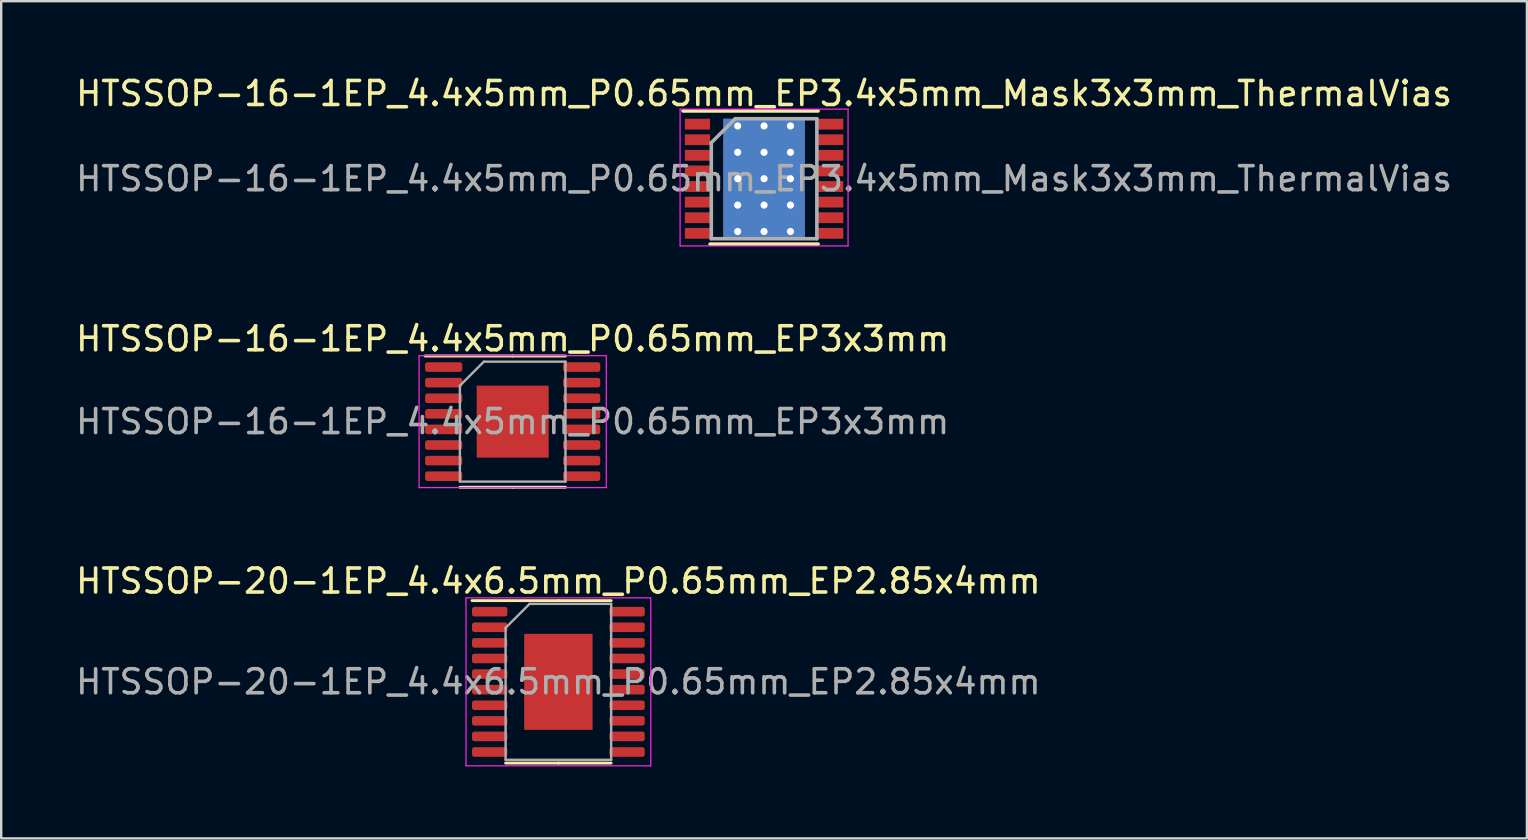
<source format=kicad_pcb>
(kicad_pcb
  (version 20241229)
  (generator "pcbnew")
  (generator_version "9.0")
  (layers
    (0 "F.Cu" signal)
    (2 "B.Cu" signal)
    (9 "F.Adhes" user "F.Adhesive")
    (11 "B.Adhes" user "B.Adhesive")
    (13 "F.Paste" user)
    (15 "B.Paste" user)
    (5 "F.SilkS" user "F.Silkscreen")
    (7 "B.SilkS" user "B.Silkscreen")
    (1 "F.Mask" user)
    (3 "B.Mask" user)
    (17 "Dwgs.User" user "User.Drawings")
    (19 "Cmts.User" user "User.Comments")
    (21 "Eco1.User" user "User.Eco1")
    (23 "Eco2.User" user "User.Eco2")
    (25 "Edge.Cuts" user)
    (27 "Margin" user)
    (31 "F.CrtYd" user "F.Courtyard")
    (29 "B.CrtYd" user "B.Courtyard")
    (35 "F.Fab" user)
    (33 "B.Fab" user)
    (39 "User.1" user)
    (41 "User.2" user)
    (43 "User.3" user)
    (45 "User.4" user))
  (footprint "HTSSOP-16-1EP_4.4x5mm_P0.65mm_EP3x3mm"
    (layer "F.Cu")
    (at 18.315 14.521)
    (property "Reference" "HTSSOP-16-1EP_4.4x5mm_P0.65mm_EP3x3mm" (at 0 -3.45 0) (layer "F.SilkS") (effects (font (size 1 1) (thickness 0.15))))
    (attr smd)
    (fp_line (start 0 -2.735) (end -3.65 -2.735) (stroke (width 0.12) (type solid)) (layer "F.SilkS"))
    (fp_line (start 0 -2.735) (end 2.2 -2.735) (stroke (width 0.12) (type solid)) (layer "F.SilkS"))
    (fp_line (start 0 2.735) (end -2.2 2.735) (stroke (width 0.12) (type solid)) (layer "F.SilkS"))
    (fp_line (start 0 2.735) (end 2.2 2.735) (stroke (width 0.12) (type solid)) (layer "F.SilkS"))
    (fp_line (start -3.9 -2.75) (end -3.9 2.75) (stroke (width 0.05) (type solid)) (layer "F.CrtYd"))
    (fp_line (start -3.9 2.75) (end 3.9 2.75) (stroke (width 0.05) (type solid)) (layer "F.CrtYd"))
    (fp_line (start 3.9 -2.75) (end -3.9 -2.75) (stroke (width 0.05) (type solid)) (layer "F.CrtYd"))
    (fp_line (start 3.9 2.75) (end 3.9 -2.75) (stroke (width 0.05) (type solid)) (layer "F.CrtYd"))
    (fp_line (start -2.2 -1.5) (end -1.2 -2.5) (stroke (width 0.1) (type solid)) (layer "F.Fab"))
    (fp_line (start -2.2 2.5) (end -2.2 -1.5) (stroke (width 0.1) (type solid)) (layer "F.Fab"))
    (fp_line (start -1.2 -2.5) (end 2.2 -2.5) (stroke (width 0.1) (type solid)) (layer "F.Fab"))
    (fp_line (start 2.2 -2.5) (end 2.2 2.5) (stroke (width 0.1) (type solid)) (layer "F.Fab"))
    (fp_line (start 2.2 2.5) (end -2.2 2.5) (stroke (width 0.1) (type solid)) (layer "F.Fab"))
    (fp_text user "${REFERENCE}" (at 0 0 0) (layer "F.Fab") (effects (font (size 1 1) (thickness 0.15))))
    (pad "" smd roundrect (at -0.75 -0.75) (size 1.21 1.21) (layers "F.Paste") (roundrect_rratio 0.207))
    (pad "" smd roundrect (at -0.75 0.75) (size 1.21 1.21) (layers "F.Paste") (roundrect_rratio 0.207))
    (pad "" smd roundrect (at 0.75 -0.75) (size 1.21 1.21) (layers "F.Paste") (roundrect_rratio 0.207))
    (pad "" smd roundrect (at 0.75 0.75) (size 1.21 1.21) (layers "F.Paste") (roundrect_rratio 0.207))
    (pad "1" smd roundrect (at -2.875 -2.275) (size 1.55 0.4) (layers "F.Cu" "F.Mask" "F.Paste") (roundrect_rratio 0.25))
    (pad "2" smd roundrect (at -2.875 -1.625) (size 1.55 0.4) (layers "F.Cu" "F.Mask" "F.Paste") (roundrect_rratio 0.25))
    (pad "3" smd roundrect (at -2.875 -0.975) (size 1.55 0.4) (layers "F.Cu" "F.Mask" "F.Paste") (roundrect_rratio 0.25))
    (pad "4" smd roundrect (at -2.875 -0.325) (size 1.55 0.4) (layers "F.Cu" "F.Mask" "F.Paste") (roundrect_rratio 0.25))
    (pad "5" smd roundrect (at -2.875 0.325) (size 1.55 0.4) (layers "F.Cu" "F.Mask" "F.Paste") (roundrect_rratio 0.25))
    (pad "6" smd roundrect (at -2.875 0.975) (size 1.55 0.4) (layers "F.Cu" "F.Mask" "F.Paste") (roundrect_rratio 0.25))
    (pad "7" smd roundrect (at -2.875 1.625) (size 1.55 0.4) (layers "F.Cu" "F.Mask" "F.Paste") (roundrect_rratio 0.25))
    (pad "8" smd roundrect (at -2.875 2.275) (size 1.55 0.4) (layers "F.Cu" "F.Mask" "F.Paste") (roundrect_rratio 0.25))
    (pad "9" smd roundrect (at 2.875 2.275) (size 1.55 0.4) (layers "F.Cu" "F.Mask" "F.Paste") (roundrect_rratio 0.25))
    (pad "10" smd roundrect (at 2.875 1.625) (size 1.55 0.4) (layers "F.Cu" "F.Mask" "F.Paste") (roundrect_rratio 0.25))
    (pad "11" smd roundrect (at 2.875 0.975) (size 1.55 0.4) (layers "F.Cu" "F.Mask" "F.Paste") (roundrect_rratio 0.25))
    (pad "12" smd roundrect (at 2.875 0.325) (size 1.55 0.4) (layers "F.Cu" "F.Mask" "F.Paste") (roundrect_rratio 0.25))
    (pad "13" smd roundrect (at 2.875 -0.325) (size 1.55 0.4) (layers "F.Cu" "F.Mask" "F.Paste") (roundrect_rratio 0.25))
    (pad "14" smd roundrect (at 2.875 -0.975) (size 1.55 0.4) (layers "F.Cu" "F.Mask" "F.Paste") (roundrect_rratio 0.25))
    (pad "15" smd roundrect (at 2.875 -1.625) (size 1.55 0.4) (layers "F.Cu" "F.Mask" "F.Paste") (roundrect_rratio 0.25))
    (pad "16" smd roundrect (at 2.875 -2.275) (size 1.55 0.4) (layers "F.Cu" "F.Mask" "F.Paste") (roundrect_rratio 0.25))
    (pad "17" smd rect (at 0 0) (size 3 3) (layers "F.Cu" "F.Mask")))
  (footprint "HTSSOP-16-1EP_4.4x5mm_P0.65mm_EP3.4x5mm_Mask3x3mm_ThermalVias"
    (layer "F.Cu")
    (at 28.792 4.398)
    (property "Reference" "HTSSOP-16-1EP_4.4x5mm_P0.65mm_EP3.4x5mm_Mask3x3mm_ThermalVias" (at 0 -3.55 0) (layer "F.SilkS") (effects (font (size 1 1) (thickness 0.15))))
    (attr smd)
    (fp_line (start -3.375 -2.825) (end 2.25 -2.825) (stroke (width 0.15) (type solid)) (layer "F.SilkS"))
    (fp_line (start -2.25 2.725) (end 2.25 2.725) (stroke (width 0.15) (type solid)) (layer "F.SilkS"))
    (fp_line (start -3.5 -2.9) (end -3.5 2.8) (stroke (width 0.05) (type solid)) (layer "F.CrtYd"))
    (fp_line (start -3.5 -2.9) (end 3.5 -2.9) (stroke (width 0.05) (type solid)) (layer "F.CrtYd"))
    (fp_line (start -3.5 2.8) (end 3.5 2.8) (stroke (width 0.05) (type solid)) (layer "F.CrtYd"))
    (fp_line (start 3.5 -2.9) (end 3.5 2.8) (stroke (width 0.05) (type solid)) (layer "F.CrtYd"))
    (fp_line (start -2.2 -1.5) (end -1.2 -2.5) (stroke (width 0.15) (type solid)) (layer "F.Fab"))
    (fp_line (start -2.2 2.5) (end -2.2 -1.5) (stroke (width 0.15) (type solid)) (layer "F.Fab"))
    (fp_line (start -1.2 -2.5) (end 2.2 -2.5) (stroke (width 0.15) (type solid)) (layer "F.Fab"))
    (fp_line (start 2.2 -2.5) (end 2.2 2.5) (stroke (width 0.15) (type solid)) (layer "F.Fab"))
    (fp_line (start 2.2 2.5) (end -2.2 2.5) (stroke (width 0.15) (type solid)) (layer "F.Fab"))
    (fp_text user "${REFERENCE}" (at 0 0 0) (layer "F.Fab") (effects (font (size 1 1) (thickness 0.15))))
    (pad "" smd rect (at -1.325 -0.55 90) (size 0.8 0.25) (layers "F.Paste"))
    (pad "" smd rect (at -1.325 0.55 90) (size 0.8 0.25) (layers "F.Paste"))
    (pad "" smd rect (at -0.55 -1.325) (size 0.8 0.25) (layers "F.Paste"))
    (pad "" smd rect (at -0.55 -0.55) (size 0.85 0.8) (layers "F.Paste"))
    (pad "" smd rect (at -0.55 0.55) (size 0.85 0.85) (layers "F.Paste"))
    (pad "" smd rect (at -0.55 1.325) (size 0.8 0.25) (layers "F.Paste"))
    (pad "" smd rect (at 0 0) (size 3 3) (layers "F.Mask"))
    (pad "" smd rect (at 0.55 -1.325) (size 0.8 0.25) (layers "F.Paste"))
    (pad "" smd rect (at 0.55 -0.55) (size 0.85 0.85) (layers "F.Paste"))
    (pad "" smd rect (at 0.55 0.55) (size 0.85 0.85) (layers "F.Paste"))
    (pad "" smd rect (at 0.55 1.325) (size 0.8 0.25) (layers "F.Paste"))
    (pad "" smd rect (at 1.325 -0.55 90) (size 0.8 0.25) (layers "F.Paste"))
    (pad "" smd rect (at 1.325 0.55 90) (size 0.8 0.25) (layers "F.Paste"))
    (pad "1" smd rect (at -2.775 -2.275) (size 1.05 0.45) (layers "F.Cu" "F.Mask" "F.Paste"))
    (pad "2" smd rect (at -2.775 -1.625) (size 1.05 0.45) (layers "F.Cu" "F.Mask" "F.Paste"))
    (pad "3" smd rect (at -2.775 -0.975) (size 1.05 0.45) (layers "F.Cu" "F.Mask" "F.Paste"))
    (pad "4" smd rect (at -2.775 -0.325) (size 1.05 0.45) (layers "F.Cu" "F.Mask" "F.Paste"))
    (pad "5" smd rect (at -2.775 0.325) (size 1.05 0.45) (layers "F.Cu" "F.Mask" "F.Paste"))
    (pad "6" smd rect (at -2.775 0.975) (size 1.05 0.45) (layers "F.Cu" "F.Mask" "F.Paste"))
    (pad "7" smd rect (at -2.775 1.625) (size 1.05 0.45) (layers "F.Cu" "F.Mask" "F.Paste"))
    (pad "8" smd rect (at -2.775 2.275) (size 1.05 0.45) (layers "F.Cu" "F.Mask" "F.Paste"))
    (pad "9" smd rect (at 2.775 2.275) (size 1.05 0.45) (layers "F.Cu" "F.Mask" "F.Paste"))
    (pad "10" smd rect (at 2.775 1.625) (size 1.05 0.45) (layers "F.Cu" "F.Mask" "F.Paste"))
    (pad "11" smd rect (at 2.775 0.975) (size 1.05 0.45) (layers "F.Cu" "F.Mask" "F.Paste"))
    (pad "12" smd rect (at 2.775 0.325) (size 1.05 0.45) (layers "F.Cu" "F.Mask" "F.Paste"))
    (pad "13" smd rect (at 2.775 -0.325) (size 1.05 0.45) (layers "F.Cu" "F.Mask" "F.Paste"))
    (pad "14" smd rect (at 2.775 -0.975) (size 1.05 0.45) (layers "F.Cu" "F.Mask" "F.Paste"))
    (pad "15" smd rect (at 2.775 -1.625) (size 1.05 0.45) (layers "F.Cu" "F.Mask" "F.Paste"))
    (pad "16" smd rect (at 2.775 -2.275) (size 1.05 0.45) (layers "F.Cu" "F.Mask" "F.Paste"))
    (pad "17" thru_hole circle (at -1.1 -2.2) (size 0.6 0.6) (drill 0.3) (layers "*.Cu"))
    (pad "17" thru_hole circle (at -1.1 -1.1) (size 0.6 0.6) (drill 0.3) (layers "*.Cu"))
    (pad "17" thru_hole circle (at -1.1 0) (size 0.6 0.6) (drill 0.3) (layers "*.Cu"))
    (pad "17" thru_hole circle (at -1.1 1.1) (size 0.6 0.6) (drill 0.3) (layers "*.Cu"))
    (pad "17" thru_hole circle (at -1.1 2.2) (size 0.6 0.6) (drill 0.3) (layers "*.Cu"))
    (pad "17" thru_hole circle (at 0 -2.2) (size 0.6 0.6) (drill 0.3) (layers "*.Cu"))
    (pad "17" thru_hole circle (at 0 -1.1) (size 0.6 0.6) (drill 0.3) (layers "*.Cu"))
    (pad "17" thru_hole circle (at 0 0) (size 0.6 0.6) (drill 0.3) (layers "*.Cu"))
    (pad "17" smd rect (at 0 0) (size 3.4 5) (layers "F.Cu"))
    (pad "17" smd rect (at 0 0) (size 3.4 5) (layers "B.Cu"))
    (pad "17" thru_hole circle (at 0 1.1) (size 0.6 0.6) (drill 0.3) (layers "*.Cu"))
    (pad "17" thru_hole circle (at 0 2.2) (size 0.6 0.6) (drill 0.3) (layers "*.Cu"))
    (pad "17" thru_hole circle (at 1.1 -2.2) (size 0.6 0.6) (drill 0.3) (layers "*.Cu"))
    (pad "17" thru_hole circle (at 1.1 -1.1) (size 0.6 0.6) (drill 0.3) (layers "*.Cu"))
    (pad "17" thru_hole circle (at 1.1 0) (size 0.6 0.6) (drill 0.3) (layers "*.Cu"))
    (pad "17" thru_hole circle (at 1.1 1.1) (size 0.6 0.6) (drill 0.3) (layers "*.Cu"))
    (pad "17" thru_hole circle (at 1.1 2.2) (size 0.6 0.6) (drill 0.3) (layers "*.Cu")))
  (footprint "HTSSOP-20-1EP_4.4x6.5mm_P0.65mm_EP2.85x4mm"
    (layer "F.Cu")
    (at 20.22 25.365)
    (property "Reference" "HTSSOP-20-1EP_4.4x6.5mm_P0.65mm_EP2.85x4mm" (at 0 -4.2 0) (layer "F.SilkS") (effects (font (size 1 1) (thickness 0.15))))
    (attr smd)
    (fp_line (start 0 -3.385) (end -3.6 -3.385) (stroke (width 0.12) (type solid)) (layer "F.SilkS"))
    (fp_line (start 0 -3.385) (end 2.2 -3.385) (stroke (width 0.12) (type solid)) (layer "F.SilkS"))
    (fp_line (start 0 3.385) (end -2.2 3.385) (stroke (width 0.12) (type solid)) (layer "F.SilkS"))
    (fp_line (start 0 3.385) (end 2.2 3.385) (stroke (width 0.12) (type solid)) (layer "F.SilkS"))
    (fp_line (start -3.85 -3.5) (end -3.85 3.5) (stroke (width 0.05) (type solid)) (layer "F.CrtYd"))
    (fp_line (start -3.85 3.5) (end 3.85 3.5) (stroke (width 0.05) (type solid)) (layer "F.CrtYd"))
    (fp_line (start 3.85 -3.5) (end -3.85 -3.5) (stroke (width 0.05) (type solid)) (layer "F.CrtYd"))
    (fp_line (start 3.85 3.5) (end 3.85 -3.5) (stroke (width 0.05) (type solid)) (layer "F.CrtYd"))
    (fp_line (start -2.2 -2.25) (end -1.2 -3.25) (stroke (width 0.1) (type solid)) (layer "F.Fab"))
    (fp_line (start -2.2 3.25) (end -2.2 -2.25) (stroke (width 0.1) (type solid)) (layer "F.Fab"))
    (fp_line (start -1.2 -3.25) (end 2.2 -3.25) (stroke (width 0.1) (type solid)) (layer "F.Fab"))
    (fp_line (start 2.2 -3.25) (end 2.2 3.25) (stroke (width 0.1) (type solid)) (layer "F.Fab"))
    (fp_line (start 2.2 3.25) (end -2.2 3.25) (stroke (width 0.1) (type solid)) (layer "F.Fab"))
    (fp_text user "${REFERENCE}" (at 0 0 0) (layer "F.Fab") (effects (font (size 1 1) (thickness 0.15))))
    (pad "" smd roundrect (at 0 -1) (size 2.3 1.61) (layers "F.Paste") (roundrect_rratio 0.155))
    (pad "" smd roundrect (at 0 1) (size 2.3 1.61) (layers "F.Paste") (roundrect_rratio 0.155))
    (pad "1" smd roundrect (at -2.862 -2.925) (size 1.475 0.4) (layers "F.Cu" "F.Mask" "F.Paste") (roundrect_rratio 0.25))
    (pad "2" smd roundrect (at -2.862 -2.275) (size 1.475 0.4) (layers "F.Cu" "F.Mask" "F.Paste") (roundrect_rratio 0.25))
    (pad "3" smd roundrect (at -2.862 -1.625) (size 1.475 0.4) (layers "F.Cu" "F.Mask" "F.Paste") (roundrect_rratio 0.25))
    (pad "4" smd roundrect (at -2.862 -0.975) (size 1.475 0.4) (layers "F.Cu" "F.Mask" "F.Paste") (roundrect_rratio 0.25))
    (pad "5" smd roundrect (at -2.862 -0.325) (size 1.475 0.4) (layers "F.Cu" "F.Mask" "F.Paste") (roundrect_rratio 0.25))
    (pad "6" smd roundrect (at -2.862 0.325) (size 1.475 0.4) (layers "F.Cu" "F.Mask" "F.Paste") (roundrect_rratio 0.25))
    (pad "7" smd roundrect (at -2.862 0.975) (size 1.475 0.4) (layers "F.Cu" "F.Mask" "F.Paste") (roundrect_rratio 0.25))
    (pad "8" smd roundrect (at -2.862 1.625) (size 1.475 0.4) (layers "F.Cu" "F.Mask" "F.Paste") (roundrect_rratio 0.25))
    (pad "9" smd roundrect (at -2.862 2.275) (size 1.475 0.4) (layers "F.Cu" "F.Mask" "F.Paste") (roundrect_rratio 0.25))
    (pad "10" smd roundrect (at -2.862 2.925) (size 1.475 0.4) (layers "F.Cu" "F.Mask" "F.Paste") (roundrect_rratio 0.25))
    (pad "11" smd roundrect (at 2.862 2.925) (size 1.475 0.4) (layers "F.Cu" "F.Mask" "F.Paste") (roundrect_rratio 0.25))
    (pad "12" smd roundrect (at 2.862 2.275) (size 1.475 0.4) (layers "F.Cu" "F.Mask" "F.Paste") (roundrect_rratio 0.25))
    (pad "13" smd roundrect (at 2.862 1.625) (size 1.475 0.4) (layers "F.Cu" "F.Mask" "F.Paste") (roundrect_rratio 0.25))
    (pad "14" smd roundrect (at 2.862 0.975) (size 1.475 0.4) (layers "F.Cu" "F.Mask" "F.Paste") (roundrect_rratio 0.25))
    (pad "15" smd roundrect (at 2.862 0.325) (size 1.475 0.4) (layers "F.Cu" "F.Mask" "F.Paste") (roundrect_rratio 0.25))
    (pad "16" smd roundrect (at 2.862 -0.325) (size 1.475 0.4) (layers "F.Cu" "F.Mask" "F.Paste") (roundrect_rratio 0.25))
    (pad "17" smd roundrect (at 2.862 -0.975) (size 1.475 0.4) (layers "F.Cu" "F.Mask" "F.Paste") (roundrect_rratio 0.25))
    (pad "18" smd roundrect (at 2.862 -1.625) (size 1.475 0.4) (layers "F.Cu" "F.Mask" "F.Paste") (roundrect_rratio 0.25))
    (pad "19" smd roundrect (at 2.862 -2.275) (size 1.475 0.4) (layers "F.Cu" "F.Mask" "F.Paste") (roundrect_rratio 0.25))
    (pad "20" smd roundrect (at 2.862 -2.925) (size 1.475 0.4) (layers "F.Cu" "F.Mask" "F.Paste") (roundrect_rratio 0.25))
    (pad "21" smd rect (at 0 0) (size 2.85 4) (layers "F.Cu" "F.Mask")))
  (gr_rect
    (start -3 -3)
    (end 60.583 31.89)
    (stroke (width 0.1) (type default))
    (fill no)
    (layer "Edge.Cuts")))
</source>
